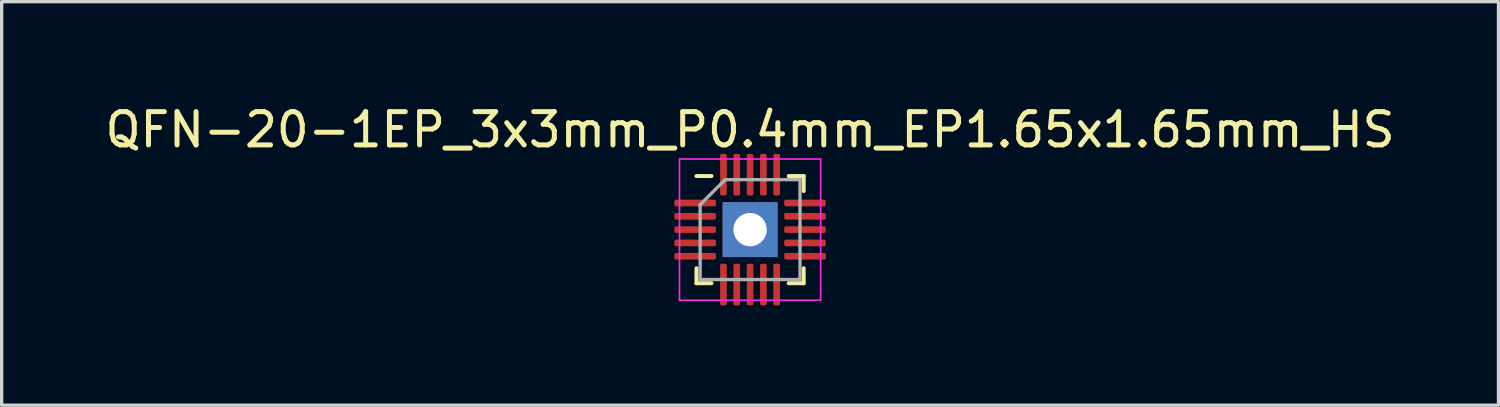
<source format=kicad_pcb>
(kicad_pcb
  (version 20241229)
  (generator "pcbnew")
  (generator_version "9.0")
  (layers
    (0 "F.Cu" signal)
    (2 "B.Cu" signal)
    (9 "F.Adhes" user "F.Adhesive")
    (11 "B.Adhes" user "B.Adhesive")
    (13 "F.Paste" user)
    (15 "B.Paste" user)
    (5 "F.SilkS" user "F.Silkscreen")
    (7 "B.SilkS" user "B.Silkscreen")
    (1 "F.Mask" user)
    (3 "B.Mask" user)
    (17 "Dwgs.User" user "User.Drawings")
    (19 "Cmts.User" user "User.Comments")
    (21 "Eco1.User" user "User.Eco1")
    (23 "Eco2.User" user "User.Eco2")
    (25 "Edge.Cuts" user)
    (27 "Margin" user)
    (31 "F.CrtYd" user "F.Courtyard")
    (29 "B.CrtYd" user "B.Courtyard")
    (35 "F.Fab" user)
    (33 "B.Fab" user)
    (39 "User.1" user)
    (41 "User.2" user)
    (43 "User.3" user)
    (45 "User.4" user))
  (footprint "QFN-20-1EP_3x3mm_P0.4mm_EP1.65x1.65mm_HS"
    (layer "F.Cu")
    (at 19.482 3.848)
    (property "Reference" "QFN-20-1EP_3x3mm_P0.4mm_EP1.65x1.65mm_HS" (at 0 -3 0) (layer "F.SilkS") (effects (font (size 1 1) (thickness 0.15))))
    (attr through_hole)
    (fp_line (start -1.61 1.61) (end -1.61 1.16) (stroke (width 0.12) (type solid)) (layer "F.SilkS"))
    (fp_line (start -1.16 -1.61) (end -1.61 -1.61) (stroke (width 0.12) (type solid)) (layer "F.SilkS"))
    (fp_line (start -1.16 1.61) (end -1.61 1.61) (stroke (width 0.12) (type solid)) (layer "F.SilkS"))
    (fp_line (start 1.16 -1.61) (end 1.61 -1.61) (stroke (width 0.12) (type solid)) (layer "F.SilkS"))
    (fp_line (start 1.16 1.61) (end 1.61 1.61) (stroke (width 0.12) (type solid)) (layer "F.SilkS"))
    (fp_line (start 1.61 -1.61) (end 1.61 -1.16) (stroke (width 0.12) (type solid)) (layer "F.SilkS"))
    (fp_line (start 1.61 1.61) (end 1.61 1.16) (stroke (width 0.12) (type solid)) (layer "F.SilkS"))
    (fp_line (start -2.12 -2.12) (end -2.12 2.12) (stroke (width 0.05) (type solid)) (layer "F.CrtYd"))
    (fp_line (start -2.12 2.12) (end 2.12 2.12) (stroke (width 0.05) (type solid)) (layer "F.CrtYd"))
    (fp_line (start 2.12 -2.12) (end -2.12 -2.12) (stroke (width 0.05) (type solid)) (layer "F.CrtYd"))
    (fp_line (start 2.12 2.12) (end 2.12 -2.12) (stroke (width 0.05) (type solid)) (layer "F.CrtYd"))
    (fp_line (start -1.5 -0.75) (end -0.75 -1.5) (stroke (width 0.1) (type solid)) (layer "F.Fab"))
    (fp_line (start -1.5 1.5) (end -1.5 -0.75) (stroke (width 0.1) (type solid)) (layer "F.Fab"))
    (fp_line (start -0.75 -1.5) (end 1.5 -1.5) (stroke (width 0.1) (type solid)) (layer "F.Fab"))
    (fp_line (start 1.5 -1.5) (end 1.5 1.5) (stroke (width 0.1) (type solid)) (layer "F.Fab"))
    (fp_line (start 1.5 1.5) (end -1.5 1.5) (stroke (width 0.1) (type solid)) (layer "F.Fab"))
    (pad "1" smd roundrect (at -1.65 -0.8) (size 1.25 0.2) (layers "F.Cu" "F.Mask" "F.Paste") (roundrect_rratio 0.25))
    (pad "2" smd roundrect (at -1.65 -0.4) (size 1.25 0.2) (layers "F.Cu" "F.Mask" "F.Paste") (roundrect_rratio 0.25))
    (pad "3" smd roundrect (at -1.65 0) (size 1.25 0.2) (layers "F.Cu" "F.Mask" "F.Paste") (roundrect_rratio 0.25))
    (pad "4" smd roundrect (at -1.65 0.4) (size 1.25 0.2) (layers "F.Cu" "F.Mask" "F.Paste") (roundrect_rratio 0.25))
    (pad "5" smd roundrect (at -1.65 0.8) (size 1.25 0.2) (layers "F.Cu" "F.Mask" "F.Paste") (roundrect_rratio 0.25))
    (pad "6" smd roundrect (at -0.8 1.65) (size 0.2 1.25) (layers "F.Cu" "F.Mask" "F.Paste") (roundrect_rratio 0.25))
    (pad "7" smd roundrect (at -0.4 1.65) (size 0.2 1.25) (layers "F.Cu" "F.Mask" "F.Paste") (roundrect_rratio 0.25))
    (pad "8" smd roundrect (at 0 1.65) (size 0.2 1.25) (layers "F.Cu" "F.Mask" "F.Paste") (roundrect_rratio 0.25))
    (pad "9" smd roundrect (at 0.4 1.65) (size 0.2 1.25) (layers "F.Cu" "F.Mask" "F.Paste") (roundrect_rratio 0.25))
    (pad "10" smd roundrect (at 0.8 1.65) (size 0.2 1.25) (layers "F.Cu" "F.Mask" "F.Paste") (roundrect_rratio 0.25))
    (pad "11" smd roundrect (at 1.65 0.8) (size 1.25 0.2) (layers "F.Cu" "F.Mask" "F.Paste") (roundrect_rratio 0.25))
    (pad "12" smd roundrect (at 1.65 0.4) (size 1.25 0.2) (layers "F.Cu" "F.Mask" "F.Paste") (roundrect_rratio 0.25))
    (pad "13" smd roundrect (at 1.65 0) (size 1.25 0.2) (layers "F.Cu" "F.Mask" "F.Paste") (roundrect_rratio 0.25))
    (pad "14" smd roundrect (at 1.65 -0.4) (size 1.25 0.2) (layers "F.Cu" "F.Mask" "F.Paste") (roundrect_rratio 0.25))
    (pad "15" smd roundrect (at 1.65 -0.8) (size 1.25 0.2) (layers "F.Cu" "F.Mask" "F.Paste") (roundrect_rratio 0.25))
    (pad "16" smd roundrect (at 0.8 -1.65) (size 0.2 1.25) (layers "F.Cu" "F.Mask" "F.Paste") (roundrect_rratio 0.25))
    (pad "17" smd roundrect (at 0.4 -1.65) (size 0.2 1.25) (layers "F.Cu" "F.Mask" "F.Paste") (roundrect_rratio 0.25))
    (pad "18" smd roundrect (at 0 -1.65) (size 0.2 1.25) (layers "F.Cu" "F.Mask" "F.Paste") (roundrect_rratio 0.25))
    (pad "19" smd roundrect (at -0.4 -1.65) (size 0.2 1.25) (layers "F.Cu" "F.Mask" "F.Paste") (roundrect_rratio 0.25))
    (pad "20" smd roundrect (at -0.8 -1.65) (size 0.2 1.25) (layers "F.Cu" "F.Mask" "F.Paste") (roundrect_rratio 0.25))
    (pad "21" thru_hole rect (at 0 0) (size 1.65 1.65) (drill 1) (layers "*.Cu" "*.Mask")))
  (gr_rect
    (start -3 -3)
    (end 41.964 9.123)
    (stroke (width 0.1) (type default))
    (fill no)
    (layer "Edge.Cuts")))
</source>
